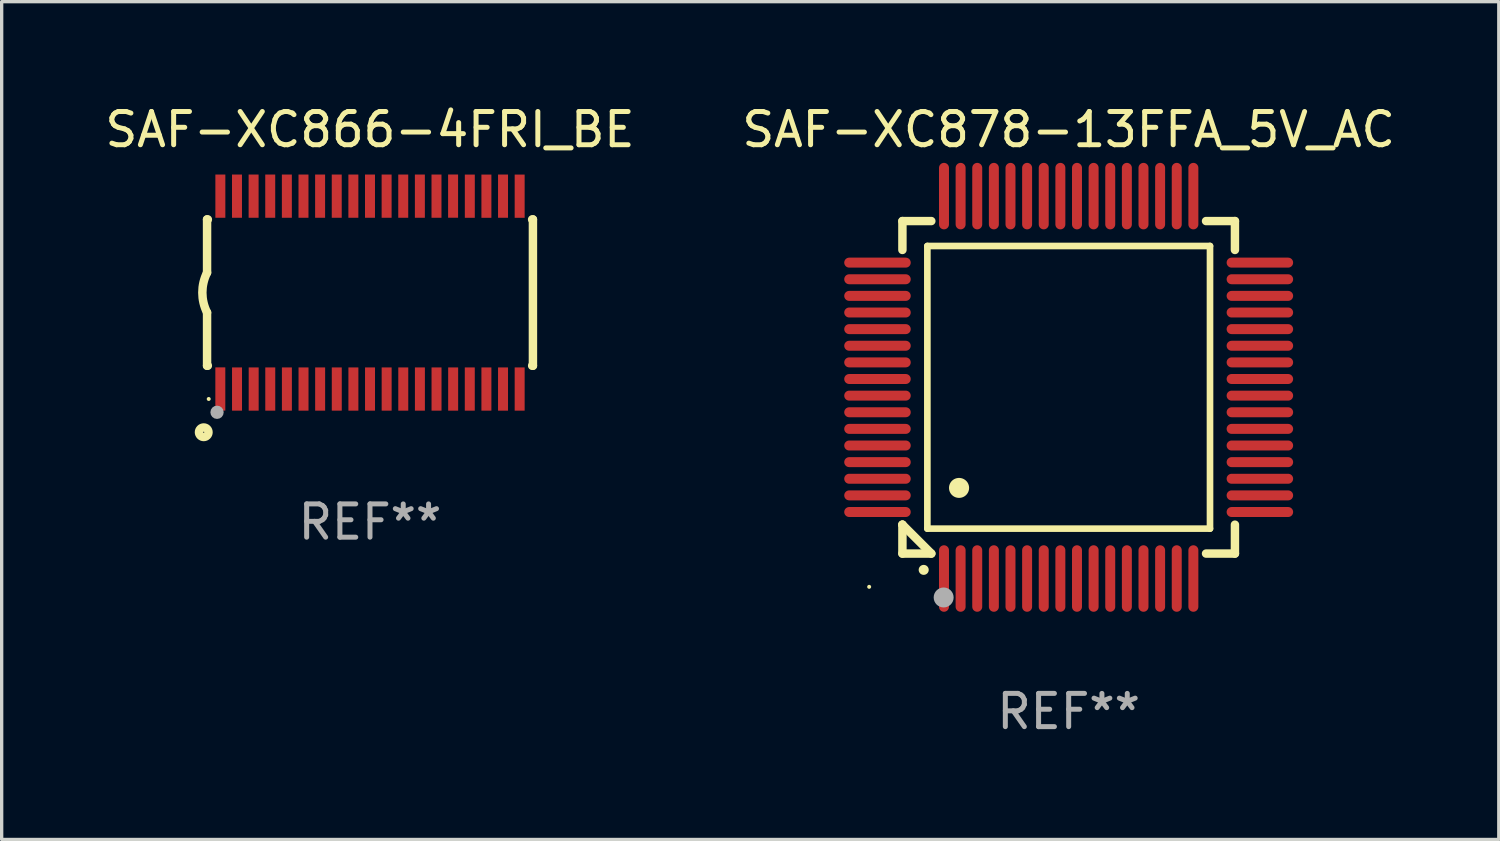
<source format=kicad_pcb>
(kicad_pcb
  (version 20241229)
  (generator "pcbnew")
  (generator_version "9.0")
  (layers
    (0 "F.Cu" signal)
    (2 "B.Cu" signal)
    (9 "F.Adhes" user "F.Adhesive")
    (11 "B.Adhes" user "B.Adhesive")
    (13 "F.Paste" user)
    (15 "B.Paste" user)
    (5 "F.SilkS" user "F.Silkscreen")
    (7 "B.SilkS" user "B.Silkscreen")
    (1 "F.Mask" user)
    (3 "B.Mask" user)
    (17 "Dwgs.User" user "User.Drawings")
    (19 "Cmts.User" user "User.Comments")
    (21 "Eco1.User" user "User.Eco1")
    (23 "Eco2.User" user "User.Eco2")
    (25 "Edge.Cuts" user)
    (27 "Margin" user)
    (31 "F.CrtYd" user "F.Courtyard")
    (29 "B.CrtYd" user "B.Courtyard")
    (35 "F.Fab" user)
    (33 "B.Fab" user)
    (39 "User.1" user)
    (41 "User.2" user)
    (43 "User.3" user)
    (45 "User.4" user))
  (footprint "SAF-XC866-4FRI_BE"
    (layer "F.Cu")
    (at 8.077 5.749)
    (property "Reference" "SAF-XC866-4FRI_BE" (at 0 -4.901 0) (layer "F.SilkS") (effects (font (size 1 1) (thickness 0.15))))
    (attr through_hole)
    (fp_line (start -4.9 -2.2) (end -4.9 -0.6) (stroke (width 0.254) (type solid)) (layer "F.SilkS"))
    (fp_line (start -4.9 -2.2) (end -4.876 -2.2) (stroke (width 0.254) (type solid)) (layer "F.SilkS"))
    (fp_line (start -4.9 2.2) (end -4.9 0.6) (stroke (width 0.254) (type solid)) (layer "F.SilkS"))
    (fp_line (start -4.9 2.2) (end -4.877 2.2) (stroke (width 0.254) (type solid)) (layer "F.SilkS"))
    (fp_line (start 4.876 -2.2) (end 4.9 -2.2) (stroke (width 0.254) (type solid)) (layer "F.SilkS"))
    (fp_line (start 4.877 2.2) (end 4.9 2.2) (stroke (width 0.254) (type solid)) (layer "F.SilkS"))
    (fp_line (start 4.9 -2.2) (end 4.9 2.2) (stroke (width 0.254) (type solid)) (layer "F.SilkS"))
    (fp_arc (start -4.900051 0.599822) (mid -5.041652 -0.000095) (end -4.9 -0.6) (stroke (width 0.254001) (type solid)) (layer "F.SilkS"))
    (fp_circle (center -5 4.2) (end -4.857 4.2) (stroke (width 0.254) (type solid)) (fill no) (layer "F.SilkS"))
    (fp_circle (center -4.85 3.2) (end -4.82 3.2) (stroke (width 0.06) (type solid)) (fill no) (layer "F.SilkS"))
    (fp_circle (center -4.6 3.6) (end -4.5 3.6) (stroke (width 0.2) (type solid)) (fill no) (layer "F.Fab"))
    (fp_text user "REF**" (at 0 6.901 0) (layer "F.Fab") (effects (font (size 1 1) (thickness 0.15))))
    (pad "1" smd rect (at -4.501 2.899 90) (size 1.3 0.3) (layers "F.Cu" "F.Mask" "F.Paste"))
    (pad "2" smd rect (at -3.999 2.901 90) (size 1.3 0.3) (layers "F.Cu" "F.Mask" "F.Paste"))
    (pad "3" smd rect (at -3.498 2.901 90) (size 1.3 0.3) (layers "F.Cu" "F.Mask" "F.Paste"))
    (pad "4" smd rect (at -2.999 2.901 90) (size 1.3 0.3) (layers "F.Cu" "F.Mask" "F.Paste"))
    (pad "5" smd rect (at -2.499 2.901 90) (size 1.3 0.3) (layers "F.Cu" "F.Mask" "F.Paste"))
    (pad "6" smd rect (at -1.999 2.901 90) (size 1.3 0.3) (layers "F.Cu" "F.Mask" "F.Paste"))
    (pad "7" smd rect (at -1.499 2.901 90) (size 1.3 0.3) (layers "F.Cu" "F.Mask" "F.Paste"))
    (pad "8" smd rect (at -0.999 2.901 90) (size 1.3 0.3) (layers "F.Cu" "F.Mask" "F.Paste"))
    (pad "9" smd rect (at -0.499 2.901 90) (size 1.3 0.3) (layers "F.Cu" "F.Mask" "F.Paste"))
    (pad "10" smd rect (at 0.001 2.901 90) (size 1.3 0.3) (layers "F.Cu" "F.Mask" "F.Paste"))
    (pad "11" smd rect (at 0.501 2.901 90) (size 1.3 0.3) (layers "F.Cu" "F.Mask" "F.Paste"))
    (pad "12" smd rect (at 1.001 2.901 90) (size 1.3 0.3) (layers "F.Cu" "F.Mask" "F.Paste"))
    (pad "13" smd rect (at 1.501 2.901 90) (size 1.3 0.3) (layers "F.Cu" "F.Mask" "F.Paste"))
    (pad "14" smd rect (at 2.001 2.901 90) (size 1.3 0.3) (layers "F.Cu" "F.Mask" "F.Paste"))
    (pad "15" smd rect (at 2.501 2.901 90) (size 1.3 0.3) (layers "F.Cu" "F.Mask" "F.Paste"))
    (pad "16" smd rect (at 3.001 2.901 90) (size 1.3 0.3) (layers "F.Cu" "F.Mask" "F.Paste"))
    (pad "17" smd rect (at 3.501 2.901 90) (size 1.3 0.3) (layers "F.Cu" "F.Mask" "F.Paste"))
    (pad "18" smd rect (at 4.001 2.901 90) (size 1.3 0.3) (layers "F.Cu" "F.Mask" "F.Paste"))
    (pad "19" smd rect (at 4.501 2.901 90) (size 1.3 0.3) (layers "F.Cu" "F.Mask" "F.Paste"))
    (pad "20" smd rect (at 4.501 -2.899 90) (size 1.3 0.3) (layers "F.Cu" "F.Mask" "F.Paste"))
    (pad "21" smd rect (at 4.001 -2.9 90) (size 1.3 0.3) (layers "F.Cu" "F.Mask" "F.Paste"))
    (pad "22" smd rect (at 3.501 -2.899 90) (size 1.3 0.3) (layers "F.Cu" "F.Mask" "F.Paste"))
    (pad "23" smd rect (at 3.002 -2.899 90) (size 1.3 0.3) (layers "F.Cu" "F.Mask" "F.Paste"))
    (pad "24" smd rect (at 2.499 -2.901 90) (size 1.3 0.3) (layers "F.Cu" "F.Mask" "F.Paste"))
    (pad "25" smd rect (at 2 -2.9 90) (size 1.3 0.3) (layers "F.Cu" "F.Mask" "F.Paste"))
    (pad "26" smd rect (at 1.5 -2.9 90) (size 1.3 0.3) (layers "F.Cu" "F.Mask" "F.Paste"))
    (pad "27" smd rect (at 1 -2.9 90) (size 1.3 0.3) (layers "F.Cu" "F.Mask" "F.Paste"))
    (pad "28" smd rect (at 0.5 -2.9 90) (size 1.3 0.3) (layers "F.Cu" "F.Mask" "F.Paste"))
    (pad "29" smd rect (at 0.000127 -2.9 90) (size 1.3 0.3) (layers "F.Cu" "F.Mask" "F.Paste"))
    (pad "30" smd rect (at -0.5 -2.9 90) (size 1.3 0.3) (layers "F.Cu" "F.Mask" "F.Paste"))
    (pad "31" smd rect (at -1 -2.9 90) (size 1.3 0.3) (layers "F.Cu" "F.Mask" "F.Paste"))
    (pad "32" smd rect (at -1.5 -2.9 90) (size 1.3 0.3) (layers "F.Cu" "F.Mask" "F.Paste"))
    (pad "33" smd rect (at -2 -2.9 90) (size 1.3 0.3) (layers "F.Cu" "F.Mask" "F.Paste"))
    (pad "34" smd rect (at -2.5 -2.9 90) (size 1.3 0.3) (layers "F.Cu" "F.Mask" "F.Paste"))
    (pad "35" smd rect (at -3 -2.9 90) (size 1.3 0.3) (layers "F.Cu" "F.Mask" "F.Paste"))
    (pad "36" smd rect (at -3.5 -2.9 90) (size 1.3 0.3) (layers "F.Cu" "F.Mask" "F.Paste"))
    (pad "37" smd rect (at -4 -2.9 90) (size 1.3 0.3) (layers "F.Cu" "F.Mask" "F.Paste"))
    (pad "38" smd rect (at -4.5 -2.9 90) (size 1.3 0.3) (layers "F.Cu" "F.Mask" "F.Paste")))
  (footprint "SAF-XC878-13FFA_5V_AC"
    (layer "F.Cu")
    (at 29.089 8.598)
    (property "Reference" "SAF-XC878-13FFA_5V_AC" (at 0 -7.75 0) (layer "F.SilkS") (effects (font (size 1 1) (thickness 0.15))))
    (attr through_hole)
    (fp_line (start -5 -5) (end -4.131 -5) (stroke (width 0.254) (type solid)) (layer "F.SilkS"))
    (fp_line (start -5 -4.131) (end -5 -5) (stroke (width 0.254) (type solid)) (layer "F.SilkS"))
    (fp_line (start -5 4.131) (end -5 4.131) (stroke (width 0.254) (type solid)) (layer "F.SilkS"))
    (fp_line (start -5 5) (end -5 4.131) (stroke (width 0.254) (type solid)) (layer "F.SilkS"))
    (fp_line (start -5 4.131) (end -4.131 5) (stroke (width 0.254) (type solid)) (layer "F.SilkS"))
    (fp_line (start -4.25 -4.25) (end -4.25 4.25) (stroke (width 0.2) (type solid)) (layer "F.SilkS"))
    (fp_line (start -4.25 4.25) (end 4.25 4.25) (stroke (width 0.2) (type solid)) (layer "F.SilkS"))
    (fp_line (start -4.131 5) (end -5 5) (stroke (width 0.254) (type solid)) (layer "F.SilkS"))
    (fp_line (start 4.25 -4.25) (end -4.25 -4.25) (stroke (width 0.2) (type solid)) (layer "F.SilkS"))
    (fp_line (start 4.25 4.25) (end 4.25 -4.25) (stroke (width 0.2) (type solid)) (layer "F.SilkS"))
    (fp_line (start 5 -5) (end 4.131 -5) (stroke (width 0.254) (type solid)) (layer "F.SilkS"))
    (fp_line (start 5 -5) (end 5 -4.131) (stroke (width 0.254) (type solid)) (layer "F.SilkS"))
    (fp_line (start 5 4.131) (end 5 5) (stroke (width 0.254) (type solid)) (layer "F.SilkS"))
    (fp_line (start 5 5) (end 4.131 5) (stroke (width 0.254) (type solid)) (layer "F.SilkS"))
    (fp_arc (start -4.361265 5.489992) (mid -4.359995 5.489987) (end -4.358725 5.489992) (stroke (width 0.3) (type solid)) (layer "F.SilkS"))
    (fp_arc (start -3.299467 3.025146) (mid -3.296927 3.025135) (end -3.294387 3.025146) (stroke (width 0.6) (type solid)) (layer "F.SilkS"))
    (fp_circle (center -6 6) (end -5.97 6) (stroke (width 0.06) (type solid)) (fill no) (layer "F.SilkS"))
    (fp_circle (center -3.76 6.32) (end -3.61 6.32) (stroke (width 0.3) (type solid)) (fill no) (layer "F.Fab"))
    (fp_text user "REF**" (at 0 9.75 0) (layer "F.Fab") (effects (font (size 1 1) (thickness 0.15))))
    (pad "1" smd oval (at -3.75 5.75) (size 0.3 2) (layers "F.Cu" "F.Mask" "F.Paste"))
    (pad "2" smd oval (at -3.25 5.75) (size 0.3 2) (layers "F.Cu" "F.Mask" "F.Paste"))
    (pad "3" smd oval (at -2.75 5.75) (size 0.3 2) (layers "F.Cu" "F.Mask" "F.Paste"))
    (pad "4" smd oval (at -2.25 5.75) (size 0.3 2) (layers "F.Cu" "F.Mask" "F.Paste"))
    (pad "5" smd oval (at -1.75 5.75) (size 0.3 2) (layers "F.Cu" "F.Mask" "F.Paste"))
    (pad "6" smd oval (at -1.25 5.75) (size 0.3 2) (layers "F.Cu" "F.Mask" "F.Paste"))
    (pad "7" smd oval (at -0.75 5.75) (size 0.3 2) (layers "F.Cu" "F.Mask" "F.Paste"))
    (pad "8" smd oval (at -0.25 5.75) (size 0.3 2) (layers "F.Cu" "F.Mask" "F.Paste"))
    (pad "9" smd oval (at 0.25 5.75) (size 0.3 2) (layers "F.Cu" "F.Mask" "F.Paste"))
    (pad "10" smd oval (at 0.75 5.75) (size 0.3 2) (layers "F.Cu" "F.Mask" "F.Paste"))
    (pad "11" smd oval (at 1.25 5.75) (size 0.3 2) (layers "F.Cu" "F.Mask" "F.Paste"))
    (pad "12" smd oval (at 1.75 5.75) (size 0.3 2) (layers "F.Cu" "F.Mask" "F.Paste"))
    (pad "13" smd oval (at 2.25 5.75) (size 0.3 2) (layers "F.Cu" "F.Mask" "F.Paste"))
    (pad "14" smd oval (at 2.75 5.75) (size 0.3 2) (layers "F.Cu" "F.Mask" "F.Paste"))
    (pad "15" smd oval (at 3.25 5.75) (size 0.3 2) (layers "F.Cu" "F.Mask" "F.Paste"))
    (pad "16" smd oval (at 3.75 5.75) (size 0.3 2) (layers "F.Cu" "F.Mask" "F.Paste"))
    (pad "17" smd oval (at 5.75 3.75) (size 2 0.3) (layers "F.Cu" "F.Mask" "F.Paste"))
    (pad "18" smd oval (at 5.75 3.25) (size 2 0.3) (layers "F.Cu" "F.Mask" "F.Paste"))
    (pad "19" smd oval (at 5.75 2.75) (size 2 0.3) (layers "F.Cu" "F.Mask" "F.Paste"))
    (pad "20" smd oval (at 5.75 2.25) (size 2 0.3) (layers "F.Cu" "F.Mask" "F.Paste"))
    (pad "21" smd oval (at 5.75 1.75) (size 2 0.3) (layers "F.Cu" "F.Mask" "F.Paste"))
    (pad "22" smd oval (at 5.75 1.25) (size 2 0.3) (layers "F.Cu" "F.Mask" "F.Paste"))
    (pad "23" smd oval (at 5.75 0.75) (size 2 0.3) (layers "F.Cu" "F.Mask" "F.Paste"))
    (pad "24" smd oval (at 5.75 0.25) (size 2 0.3) (layers "F.Cu" "F.Mask" "F.Paste"))
    (pad "25" smd oval (at 5.75 -0.25) (size 2 0.3) (layers "F.Cu" "F.Mask" "F.Paste"))
    (pad "26" smd oval (at 5.75 -0.75) (size 2 0.3) (layers "F.Cu" "F.Mask" "F.Paste"))
    (pad "27" smd oval (at 5.75 -1.25) (size 2 0.3) (layers "F.Cu" "F.Mask" "F.Paste"))
    (pad "28" smd oval (at 5.75 -1.75) (size 2 0.3) (layers "F.Cu" "F.Mask" "F.Paste"))
    (pad "29" smd oval (at 5.75 -2.25) (size 2 0.3) (layers "F.Cu" "F.Mask" "F.Paste"))
    (pad "30" smd oval (at 5.75 -2.75) (size 2 0.3) (layers "F.Cu" "F.Mask" "F.Paste"))
    (pad "31" smd oval (at 5.75 -3.25) (size 2 0.3) (layers "F.Cu" "F.Mask" "F.Paste"))
    (pad "32" smd oval (at 5.75 -3.75) (size 2 0.3) (layers "F.Cu" "F.Mask" "F.Paste"))
    (pad "33" smd oval (at 3.75 -5.75) (size 0.3 2) (layers "F.Cu" "F.Mask" "F.Paste"))
    (pad "34" smd oval (at 3.25 -5.75) (size 0.3 2) (layers "F.Cu" "F.Mask" "F.Paste"))
    (pad "35" smd oval (at 2.75 -5.75) (size 0.3 2) (layers "F.Cu" "F.Mask" "F.Paste"))
    (pad "36" smd oval (at 2.25 -5.75) (size 0.3 2) (layers "F.Cu" "F.Mask" "F.Paste"))
    (pad "37" smd oval (at 1.75 -5.75) (size 0.3 2) (layers "F.Cu" "F.Mask" "F.Paste"))
    (pad "38" smd oval (at 1.25 -5.75) (size 0.3 2) (layers "F.Cu" "F.Mask" "F.Paste"))
    (pad "39" smd oval (at 0.75 -5.75) (size 0.3 2) (layers "F.Cu" "F.Mask" "F.Paste"))
    (pad "40" smd oval (at 0.25 -5.75) (size 0.3 2) (layers "F.Cu" "F.Mask" "F.Paste"))
    (pad "41" smd oval (at -0.25 -5.75) (size 0.3 2) (layers "F.Cu" "F.Mask" "F.Paste"))
    (pad "42" smd oval (at -0.75 -5.75) (size 0.3 2) (layers "F.Cu" "F.Mask" "F.Paste"))
    (pad "43" smd oval (at -1.25 -5.75) (size 0.3 2) (layers "F.Cu" "F.Mask" "F.Paste"))
    (pad "44" smd oval (at -1.75 -5.75) (size 0.3 2) (layers "F.Cu" "F.Mask" "F.Paste"))
    (pad "45" smd oval (at -2.25 -5.75) (size 0.3 2) (layers "F.Cu" "F.Mask" "F.Paste"))
    (pad "46" smd oval (at -2.75 -5.75) (size 0.3 2) (layers "F.Cu" "F.Mask" "F.Paste"))
    (pad "47" smd oval (at -3.25 -5.75) (size 0.3 2) (layers "F.Cu" "F.Mask" "F.Paste"))
    (pad "48" smd oval (at -3.75 -5.75) (size 0.3 2) (layers "F.Cu" "F.Mask" "F.Paste"))
    (pad "49" smd oval (at -5.75 -3.75) (size 2 0.3) (layers "F.Cu" "F.Mask" "F.Paste"))
    (pad "50" smd oval (at -5.75 -3.25) (size 2 0.3) (layers "F.Cu" "F.Mask" "F.Paste"))
    (pad "51" smd oval (at -5.75 -2.75) (size 2 0.3) (layers "F.Cu" "F.Mask" "F.Paste"))
    (pad "52" smd oval (at -5.75 -2.25) (size 2 0.3) (layers "F.Cu" "F.Mask" "F.Paste"))
    (pad "53" smd oval (at -5.75 -1.75) (size 2 0.3) (layers "F.Cu" "F.Mask" "F.Paste"))
    (pad "54" smd oval (at -5.75 -1.25) (size 2 0.3) (layers "F.Cu" "F.Mask" "F.Paste"))
    (pad "55" smd oval (at -5.75 -0.75) (size 2 0.3) (layers "F.Cu" "F.Mask" "F.Paste"))
    (pad "56" smd oval (at -5.75 -0.25) (size 2 0.3) (layers "F.Cu" "F.Mask" "F.Paste"))
    (pad "57" smd oval (at -5.75 0.25) (size 2 0.3) (layers "F.Cu" "F.Mask" "F.Paste"))
    (pad "58" smd oval (at -5.75 0.75) (size 2 0.3) (layers "F.Cu" "F.Mask" "F.Paste"))
    (pad "59" smd oval (at -5.75 1.25) (size 2 0.3) (layers "F.Cu" "F.Mask" "F.Paste"))
    (pad "60" smd oval (at -5.75 1.75) (size 2 0.3) (layers "F.Cu" "F.Mask" "F.Paste"))
    (pad "61" smd oval (at -5.75 2.25) (size 2 0.3) (layers "F.Cu" "F.Mask" "F.Paste"))
    (pad "62" smd oval (at -5.75 2.75) (size 2 0.3) (layers "F.Cu" "F.Mask" "F.Paste"))
    (pad "63" smd oval (at -5.75 3.25) (size 2 0.3) (layers "F.Cu" "F.Mask" "F.Paste"))
    (pad "64" smd oval (at -5.75 3.75) (size 2 0.3) (layers "F.Cu" "F.Mask" "F.Paste")))
  (gr_rect
    (start -3 -3)
    (end 42.024 22.196)
    (stroke (width 0.1) (type default))
    (fill no)
    (layer "Edge.Cuts")))
</source>
